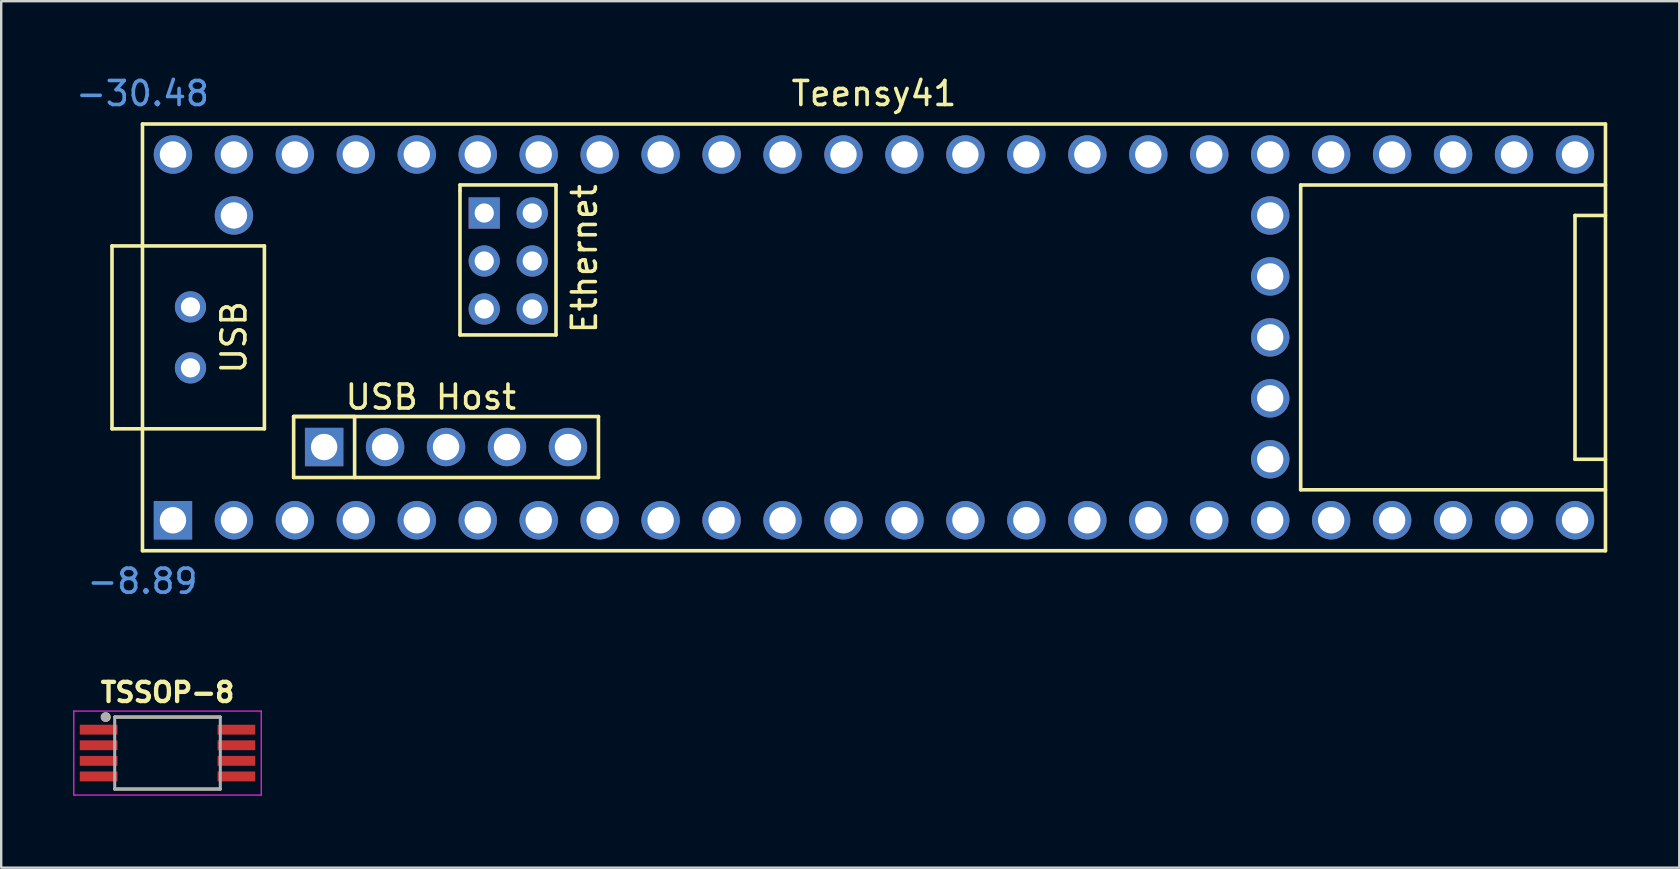
<source format=kicad_pcb>
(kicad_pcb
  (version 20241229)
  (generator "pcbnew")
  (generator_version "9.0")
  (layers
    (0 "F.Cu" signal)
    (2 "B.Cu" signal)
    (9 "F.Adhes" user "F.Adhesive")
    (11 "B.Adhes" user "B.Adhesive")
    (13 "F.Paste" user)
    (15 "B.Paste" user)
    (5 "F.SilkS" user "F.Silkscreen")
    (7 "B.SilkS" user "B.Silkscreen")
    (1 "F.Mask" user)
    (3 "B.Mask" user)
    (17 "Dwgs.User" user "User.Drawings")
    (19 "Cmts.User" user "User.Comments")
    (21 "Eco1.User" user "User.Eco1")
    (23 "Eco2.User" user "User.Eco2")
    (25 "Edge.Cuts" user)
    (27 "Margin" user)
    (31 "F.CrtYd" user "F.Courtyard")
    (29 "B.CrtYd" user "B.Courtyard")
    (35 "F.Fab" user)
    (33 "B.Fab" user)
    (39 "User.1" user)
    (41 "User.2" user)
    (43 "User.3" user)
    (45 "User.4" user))
  (footprint "TSSOP-8"
    (layer "F.Cu")
    (at 3.93 28.328)
    (property "Reference" "TSSOP-8" (at 0 -2.527 0) (layer "F.SilkS") (effects (font (size 0.8 0.8) (thickness 0.18))))
    (attr smd)
    (fp_line (start -2.2 -1.5) (end 2.2 -1.5) (stroke (width 0.127) (type solid)) (layer "F.SilkS"))
    (fp_line (start -2.2 1.5) (end 2.2 1.5) (stroke (width 0.127) (type solid)) (layer "F.SilkS"))
    (fp_circle (center -2.565 -1.499) (end -2.465 -1.499) (stroke (width 0.2) (type solid)) (fill no) (layer "F.SilkS"))
    (fp_line (start -3.905 -1.75) (end -3.905 1.75) (stroke (width 0.05) (type solid)) (layer "F.CrtYd"))
    (fp_line (start -3.905 -1.75) (end 3.905 -1.75) (stroke (width 0.05) (type solid)) (layer "F.CrtYd"))
    (fp_line (start -3.905 1.75) (end 3.905 1.75) (stroke (width 0.05) (type solid)) (layer "F.CrtYd"))
    (fp_line (start 3.905 -1.75) (end 3.905 1.75) (stroke (width 0.05) (type solid)) (layer "F.CrtYd"))
    (fp_line (start -2.2 -1.5) (end -2.2 1.5) (stroke (width 0.127) (type solid)) (layer "F.Fab"))
    (fp_line (start -2.2 -1.5) (end 2.2 -1.5) (stroke (width 0.127) (type solid)) (layer "F.Fab"))
    (fp_line (start -2.2 1.5) (end 2.2 1.5) (stroke (width 0.127) (type solid)) (layer "F.Fab"))
    (fp_line (start 2.2 -1.5) (end 2.2 1.5) (stroke (width 0.127) (type solid)) (layer "F.Fab"))
    (fp_circle (center -2.591 -1.499) (end -2.491 -1.499) (stroke (width 0.2) (type solid)) (fill no) (layer "F.Fab"))
    (pad "1" smd rect (at -2.87 -0.975) (size 1.57 0.41) (layers "F.Cu" "F.Mask" "F.Paste"))
    (pad "2" smd rect (at -2.87 -0.325) (size 1.57 0.41) (layers "F.Cu" "F.Mask" "F.Paste"))
    (pad "3" smd rect (at -2.87 0.325) (size 1.57 0.41) (layers "F.Cu" "F.Mask" "F.Paste"))
    (pad "4" smd rect (at -2.87 0.975) (size 1.57 0.41) (layers "F.Cu" "F.Mask" "F.Paste"))
    (pad "5" smd rect (at 2.87 0.975) (size 1.57 0.41) (layers "F.Cu" "F.Mask" "F.Paste"))
    (pad "6" smd rect (at 2.87 0.325) (size 1.57 0.41) (layers "F.Cu" "F.Mask" "F.Paste"))
    (pad "7" smd rect (at 2.87 -0.325) (size 1.57 0.41) (layers "F.Cu" "F.Mask" "F.Paste"))
    (pad "8" smd rect (at 2.87 -0.975) (size 1.57 0.41) (layers "F.Cu" "F.Mask" "F.Paste")))
  (footprint "Teensy41"
    (layer "F.Cu")
    (at 33.367 11.008)
    (property "Reference" "Teensy41" (at 0 -10.16 180) (layer "F.SilkS") (effects (font (size 1 1) (thickness 0.15))))
    (attr through_hole)
    (fp_line (start -31.75 -3.81) (end -30.48 -3.81) (stroke (width 0.15) (type solid)) (layer "F.SilkS"))
    (fp_line (start -31.75 3.81) (end -31.75 -3.81) (stroke (width 0.15) (type solid)) (layer "F.SilkS"))
    (fp_line (start -30.48 -8.89) (end 30.48 -8.89) (stroke (width 0.15) (type solid)) (layer "F.SilkS"))
    (fp_line (start -30.48 3.81) (end -31.75 3.81) (stroke (width 0.15) (type solid)) (layer "F.SilkS"))
    (fp_line (start -30.48 8.89) (end -30.48 -8.89) (stroke (width 0.15) (type solid)) (layer "F.SilkS"))
    (fp_line (start -25.4 -3.81) (end -30.48 -3.81) (stroke (width 0.15) (type solid)) (layer "F.SilkS"))
    (fp_line (start -25.4 3.81) (end -30.48 3.81) (stroke (width 0.15) (type solid)) (layer "F.SilkS"))
    (fp_line (start -25.4 3.81) (end -25.4 -3.81) (stroke (width 0.15) (type solid)) (layer "F.SilkS"))
    (fp_line (start -24.181 3.299) (end -21.641 3.299) (stroke (width 0.15) (type solid)) (layer "F.SilkS"))
    (fp_line (start -24.181 3.299) (end -11.481 3.299) (stroke (width 0.15) (type solid)) (layer "F.SilkS"))
    (fp_line (start -24.181 5.839) (end -24.181 3.299) (stroke (width 0.15) (type solid)) (layer "F.SilkS"))
    (fp_line (start -21.641 3.299) (end -21.641 5.839) (stroke (width 0.15) (type solid)) (layer "F.SilkS"))
    (fp_line (start -17.25 -6.352) (end -17.25 -6.102) (stroke (width 0.15) (type solid)) (layer "F.SilkS"))
    (fp_line (start -17.25 -6.102) (end -17.25 -0.102) (stroke (width 0.15) (type solid)) (layer "F.SilkS"))
    (fp_line (start -17.25 -0.102) (end -13.25 -0.102) (stroke (width 0.15) (type solid)) (layer "F.SilkS"))
    (fp_line (start -13.25 -6.352) (end -17.25 -6.352) (stroke (width 0.15) (type solid)) (layer "F.SilkS"))
    (fp_line (start -13.25 -0.102) (end -13.25 -6.352) (stroke (width 0.15) (type solid)) (layer "F.SilkS"))
    (fp_line (start -11.481 3.299) (end -11.481 5.839) (stroke (width 0.15) (type solid)) (layer "F.SilkS"))
    (fp_line (start -11.481 5.839) (end -24.181 5.839) (stroke (width 0.15) (type solid)) (layer "F.SilkS"))
    (fp_line (start 17.78 -6.35) (end 17.78 6.35) (stroke (width 0.15) (type solid)) (layer "F.SilkS"))
    (fp_line (start 17.78 6.35) (end 30.48 6.35) (stroke (width 0.15) (type solid)) (layer "F.SilkS"))
    (fp_line (start 29.21 -5.08) (end 29.21 5.08) (stroke (width 0.15) (type solid)) (layer "F.SilkS"))
    (fp_line (start 29.21 5.08) (end 30.48 5.08) (stroke (width 0.15) (type solid)) (layer "F.SilkS"))
    (fp_line (start 30.48 -8.89) (end 30.48 8.89) (stroke (width 0.15) (type solid)) (layer "F.SilkS"))
    (fp_line (start 30.48 -6.35) (end 17.78 -6.35) (stroke (width 0.15) (type solid)) (layer "F.SilkS"))
    (fp_line (start 30.48 -5.08) (end 29.21 -5.08) (stroke (width 0.15) (type solid)) (layer "F.SilkS"))
    (fp_line (start 30.48 8.89) (end -30.48 8.89) (stroke (width 0.15) (type solid)) (layer "F.SilkS"))
    (fp_text user "Ethernet" (at -12.065 -3.277 270) (layer "F.SilkS") (effects (font (size 1 1) (thickness 0.15))))
    (fp_text user "USB" (at -26.67 0 270) (layer "F.SilkS") (effects (font (size 1 1) (thickness 0.15))))
    (fp_text user "USB Host" (at -18.466 2.489 180) (layer "F.SilkS") (effects (font (size 1 1) (thickness 0.15))))
    (fp_text user "-30.48" (at -30.48 -10.16 0) (unlocked yes) (layer "Cmts.User") (effects (font (size 1 1) (thickness 0.15))))
    (fp_text user "-8.89" (at -30.48 10.16 0) (unlocked yes) (layer "Cmts.User") (effects (font (size 1 1) (thickness 0.15))))
    (pad "1" thru_hole rect (at -29.21 7.62) (size 1.6 1.6) (drill 1.1) (layers "*.Cu" "*.Mask"))
    (pad "2" thru_hole circle (at -26.67 7.62) (size 1.6 1.6) (drill 1.1) (layers "*.Cu" "*.Mask"))
    (pad "3" thru_hole circle (at -24.13 7.62) (size 1.6 1.6) (drill 1.1) (layers "*.Cu" "*.Mask"))
    (pad "4" thru_hole circle (at -21.59 7.62) (size 1.6 1.6) (drill 1.1) (layers "*.Cu" "*.Mask"))
    (pad "5" thru_hole circle (at -19.05 7.62) (size 1.6 1.6) (drill 1.1) (layers "*.Cu" "*.Mask"))
    (pad "6" thru_hole circle (at -16.51 7.62) (size 1.6 1.6) (drill 1.1) (layers "*.Cu" "*.Mask"))
    (pad "7" thru_hole circle (at -13.97 7.62) (size 1.6 1.6) (drill 1.1) (layers "*.Cu" "*.Mask"))
    (pad "8" thru_hole circle (at -11.43 7.62) (size 1.6 1.6) (drill 1.1) (layers "*.Cu" "*.Mask"))
    (pad "9" thru_hole circle (at -8.89 7.62) (size 1.6 1.6) (drill 1.1) (layers "*.Cu" "*.Mask"))
    (pad "10" thru_hole circle (at -6.35 7.62) (size 1.6 1.6) (drill 1.1) (layers "*.Cu" "*.Mask"))
    (pad "11" thru_hole circle (at -3.81 7.62) (size 1.6 1.6) (drill 1.1) (layers "*.Cu" "*.Mask"))
    (pad "12" thru_hole circle (at -1.27 7.62) (size 1.6 1.6) (drill 1.1) (layers "*.Cu" "*.Mask"))
    (pad "13" thru_hole circle (at 1.27 7.62) (size 1.6 1.6) (drill 1.1) (layers "*.Cu" "*.Mask"))
    (pad "14" thru_hole circle (at 3.81 7.62) (size 1.6 1.6) (drill 1.1) (layers "*.Cu" "*.Mask"))
    (pad "15" thru_hole circle (at 6.35 7.62) (size 1.6 1.6) (drill 1.1) (layers "*.Cu" "*.Mask"))
    (pad "16" thru_hole circle (at 8.89 7.62) (size 1.6 1.6) (drill 1.1) (layers "*.Cu" "*.Mask"))
    (pad "17" thru_hole circle (at 11.43 7.62) (size 1.6 1.6) (drill 1.1) (layers "*.Cu" "*.Mask"))
    (pad "18" thru_hole circle (at 13.97 7.62) (size 1.6 1.6) (drill 1.1) (layers "*.Cu" "*.Mask"))
    (pad "19" thru_hole circle (at 16.51 7.62) (size 1.6 1.6) (drill 1.1) (layers "*.Cu" "*.Mask"))
    (pad "20" thru_hole circle (at 19.05 7.62) (size 1.6 1.6) (drill 1.1) (layers "*.Cu" "*.Mask"))
    (pad "21" thru_hole circle (at 21.59 7.62) (size 1.6 1.6) (drill 1.1) (layers "*.Cu" "*.Mask"))
    (pad "22" thru_hole circle (at 24.13 7.62) (size 1.6 1.6) (drill 1.1) (layers "*.Cu" "*.Mask"))
    (pad "23" thru_hole circle (at 26.67 7.62) (size 1.6 1.6) (drill 1.1) (layers "*.Cu" "*.Mask"))
    (pad "24" thru_hole circle (at 29.21 7.62) (size 1.6 1.6) (drill 1.1) (layers "*.Cu" "*.Mask"))
    (pad "25" thru_hole circle (at 29.21 -7.62) (size 1.6 1.6) (drill 1.1) (layers "*.Cu" "*.Mask"))
    (pad "26" thru_hole circle (at 26.67 -7.62) (size 1.6 1.6) (drill 1.1) (layers "*.Cu" "*.Mask"))
    (pad "27" thru_hole circle (at 24.13 -7.62) (size 1.6 1.6) (drill 1.1) (layers "*.Cu" "*.Mask"))
    (pad "28" thru_hole circle (at 21.59 -7.62) (size 1.6 1.6) (drill 1.1) (layers "*.Cu" "*.Mask"))
    (pad "29" thru_hole circle (at 19.05 -7.62) (size 1.6 1.6) (drill 1.1) (layers "*.Cu" "*.Mask"))
    (pad "30" thru_hole circle (at 16.51 -7.62) (size 1.6 1.6) (drill 1.1) (layers "*.Cu" "*.Mask"))
    (pad "31" thru_hole circle (at 13.97 -7.62) (size 1.6 1.6) (drill 1.1) (layers "*.Cu" "*.Mask"))
    (pad "32" thru_hole circle (at 11.43 -7.62) (size 1.6 1.6) (drill 1.1) (layers "*.Cu" "*.Mask"))
    (pad "33" thru_hole circle (at 8.89 -7.62) (size 1.6 1.6) (drill 1.1) (layers "*.Cu" "*.Mask"))
    (pad "34" thru_hole circle (at 6.35 -7.62) (size 1.6 1.6) (drill 1.1) (layers "*.Cu" "*.Mask"))
    (pad "35" thru_hole circle (at 3.81 -7.62) (size 1.6 1.6) (drill 1.1) (layers "*.Cu" "*.Mask"))
    (pad "36" thru_hole circle (at 1.27 -7.62) (size 1.6 1.6) (drill 1.1) (layers "*.Cu" "*.Mask"))
    (pad "37" thru_hole circle (at -1.27 -7.62) (size 1.6 1.6) (drill 1.1) (layers "*.Cu" "*.Mask"))
    (pad "38" thru_hole circle (at -3.81 -7.62) (size 1.6 1.6) (drill 1.1) (layers "*.Cu" "*.Mask"))
    (pad "39" thru_hole circle (at -6.35 -7.62) (size 1.6 1.6) (drill 1.1) (layers "*.Cu" "*.Mask"))
    (pad "40" thru_hole circle (at -8.89 -7.62) (size 1.6 1.6) (drill 1.1) (layers "*.Cu" "*.Mask"))
    (pad "41" thru_hole circle (at -11.43 -7.62) (size 1.6 1.6) (drill 1.1) (layers "*.Cu" "*.Mask"))
    (pad "42" thru_hole circle (at -13.97 -7.62) (size 1.6 1.6) (drill 1.1) (layers "*.Cu" "*.Mask"))
    (pad "43" thru_hole circle (at -16.51 -7.62) (size 1.6 1.6) (drill 1.1) (layers "*.Cu" "*.Mask"))
    (pad "44" thru_hole circle (at -19.05 -7.62) (size 1.6 1.6) (drill 1.1) (layers "*.Cu" "*.Mask"))
    (pad "45" thru_hole circle (at -21.59 -7.62) (size 1.6 1.6) (drill 1.1) (layers "*.Cu" "*.Mask"))
    (pad "46" thru_hole circle (at -24.13 -7.62) (size 1.6 1.6) (drill 1.1) (layers "*.Cu" "*.Mask"))
    (pad "47" thru_hole circle (at -26.67 -7.62) (size 1.6 1.6) (drill 1.1) (layers "*.Cu" "*.Mask"))
    (pad "48" thru_hole circle (at -29.21 -7.62) (size 1.6 1.6) (drill 1.1) (layers "*.Cu" "*.Mask"))
    (pad "49" thru_hole circle (at -26.67 -5.08) (size 1.6 1.6) (drill 1.1) (layers "*.Cu" "*.Mask"))
    (pad "50" thru_hole circle (at 16.51 5.08) (size 1.6 1.6) (drill 1.1) (layers "*.Cu" "*.Mask"))
    (pad "51" thru_hole circle (at 16.51 2.54) (size 1.6 1.6) (drill 1.1) (layers "*.Cu" "*.Mask"))
    (pad "52" thru_hole circle (at 16.51 0) (size 1.6 1.6) (drill 1.1) (layers "*.Cu" "*.Mask"))
    (pad "53" thru_hole circle (at 16.51 -2.54) (size 1.6 1.6) (drill 1.1) (layers "*.Cu" "*.Mask"))
    (pad "54" thru_hole circle (at 16.51 -5.08) (size 1.6 1.6) (drill 1.1) (layers "*.Cu" "*.Mask"))
    (pad "55" thru_hole rect (at -22.911 4.569) (size 1.6 1.6) (drill 1.1) (layers "*.Cu" "*.Mask"))
    (pad "56" thru_hole circle (at -20.371 4.569) (size 1.6 1.6) (drill 1.1) (layers "*.Cu" "*.Mask"))
    (pad "57" thru_hole circle (at -17.831 4.569) (size 1.6 1.6) (drill 1.1) (layers "*.Cu" "*.Mask"))
    (pad "58" thru_hole circle (at -15.291 4.569) (size 1.6 1.6) (drill 1.1) (layers "*.Cu" "*.Mask"))
    (pad "59" thru_hole circle (at -12.751 4.569) (size 1.6 1.6) (drill 1.1) (layers "*.Cu" "*.Mask"))
    (pad "60" thru_hole rect (at -16.24 -5.182) (size 1.3 1.3) (drill 0.8) (layers "*.Cu" "*.Mask"))
    (pad "61" thru_hole circle (at -16.24 -3.182) (size 1.3 1.3) (drill 0.8) (layers "*.Cu" "*.Mask"))
    (pad "62" thru_hole circle (at -16.24 -1.182) (size 1.3 1.3) (drill 0.8) (layers "*.Cu" "*.Mask"))
    (pad "63" thru_hole circle (at -14.24 -1.182) (size 1.3 1.3) (drill 0.8) (layers "*.Cu" "*.Mask"))
    (pad "64" thru_hole circle (at -14.24 -3.182) (size 1.3 1.3) (drill 0.8) (layers "*.Cu" "*.Mask"))
    (pad "65" thru_hole circle (at -14.24 -5.182) (size 1.3 1.3) (drill 0.8) (layers "*.Cu" "*.Mask"))
    (pad "66" thru_hole circle (at -28.48 -1.27) (size 1.3 1.3) (drill 0.8) (layers "*.Cu" "*.Mask"))
    (pad "67" thru_hole circle (at -28.48 1.27) (size 1.3 1.3) (drill 0.8) (layers "*.Cu" "*.Mask")))
  (gr_rect
    (start -3 -3)
    (end 66.922 33.103)
    (stroke (width 0.1) (type default))
    (fill no)
    (layer "Edge.Cuts")))
</source>
